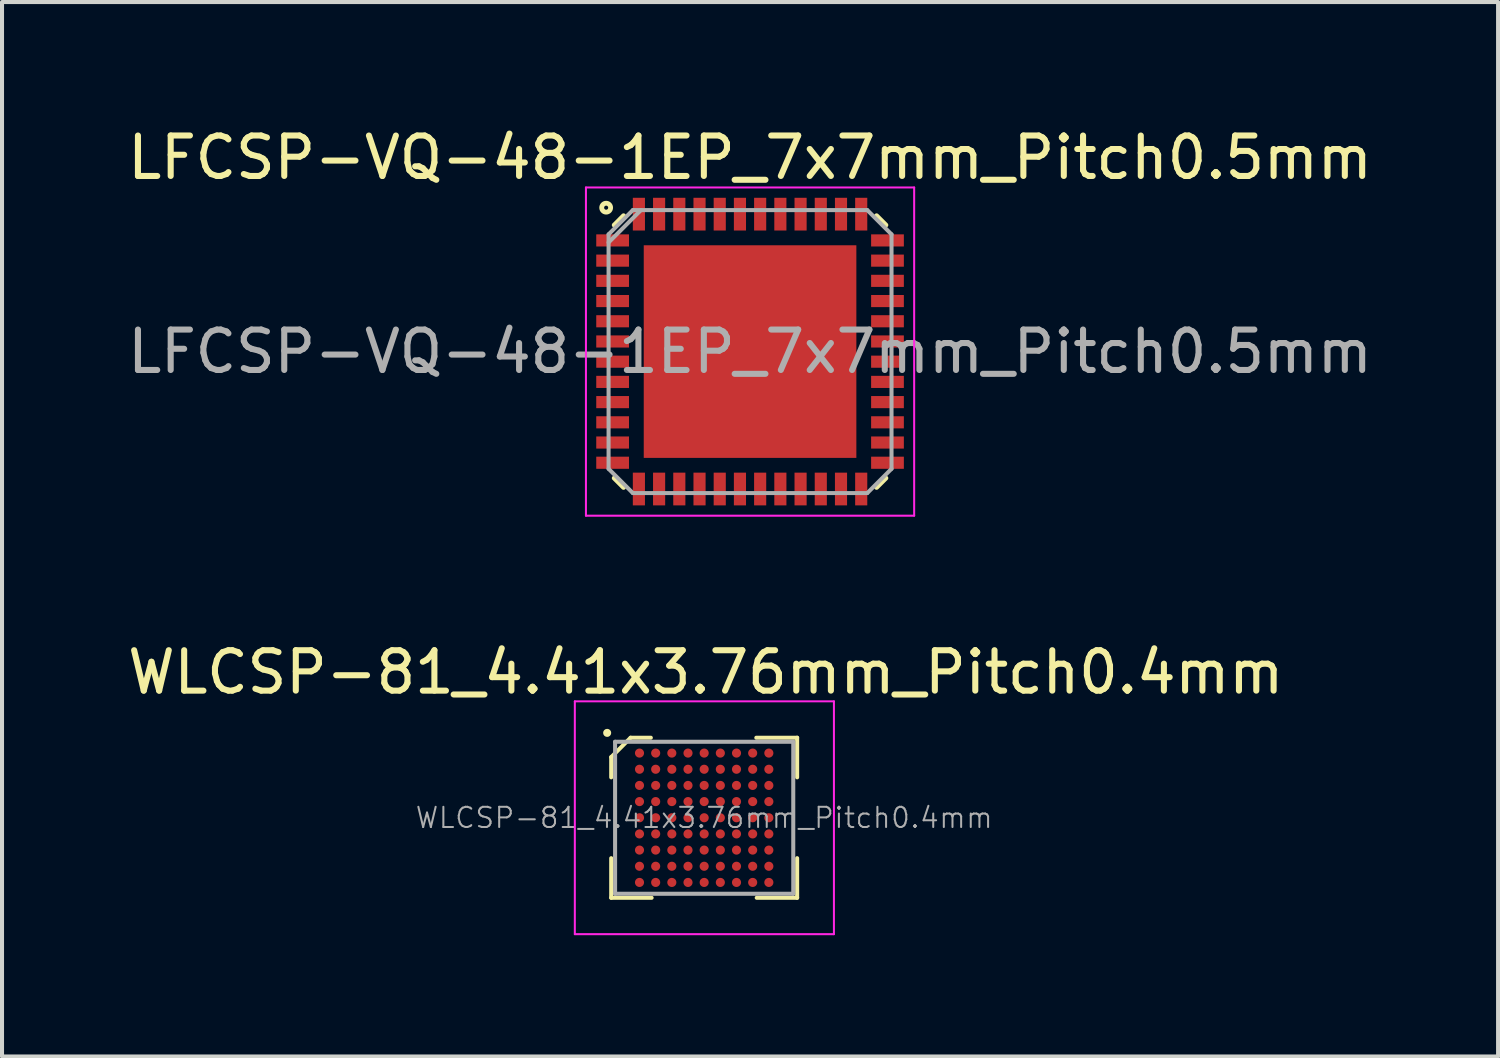
<source format=kicad_pcb>
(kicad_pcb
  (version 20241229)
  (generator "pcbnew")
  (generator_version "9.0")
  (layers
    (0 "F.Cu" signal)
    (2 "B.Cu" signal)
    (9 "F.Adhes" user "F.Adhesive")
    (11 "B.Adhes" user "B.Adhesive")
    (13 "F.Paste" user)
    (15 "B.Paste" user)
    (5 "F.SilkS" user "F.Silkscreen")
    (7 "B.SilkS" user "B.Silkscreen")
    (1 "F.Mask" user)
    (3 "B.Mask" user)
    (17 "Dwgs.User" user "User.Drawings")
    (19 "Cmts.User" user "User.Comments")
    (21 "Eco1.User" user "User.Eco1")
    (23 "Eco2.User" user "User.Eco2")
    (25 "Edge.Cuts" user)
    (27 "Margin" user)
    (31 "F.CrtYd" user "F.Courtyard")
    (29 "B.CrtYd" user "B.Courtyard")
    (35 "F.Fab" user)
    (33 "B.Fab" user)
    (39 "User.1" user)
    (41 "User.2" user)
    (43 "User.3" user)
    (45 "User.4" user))
  (footprint "WLCSP-81_4.41x3.76mm_Pitch0.4mm"
    (layer "F.Cu")
    (at 14.371 17.181)
    (property "Reference" "WLCSP-81_4.41x3.76mm_Pitch0.4mm" (at 0.04 -3.6 0) (layer "F.SilkS") (effects (font (size 1 1) (thickness 0.15))))
    (attr smd)
    (fp_line (start -2.3 -1.5) (end -2.3 -1) (stroke (width 0.1) (type solid)) (layer "F.SilkS"))
    (fp_line (start -2.3 1) (end -2.3 1.98) (stroke (width 0.1) (type solid)) (layer "F.SilkS"))
    (fp_line (start -2.3 1.98) (end -1.3 1.98) (stroke (width 0.1) (type solid)) (layer "F.SilkS"))
    (fp_line (start -1.82 -1.98) (end -2.3 -1.5) (stroke (width 0.1) (type solid)) (layer "F.SilkS"))
    (fp_line (start -1.32 -1.98) (end -1.82 -1.98) (stroke (width 0.1) (type solid)) (layer "F.SilkS"))
    (fp_line (start 1.29 -1.98) (end 2.3 -1.98) (stroke (width 0.1) (type solid)) (layer "F.SilkS"))
    (fp_line (start 2.3 -1.98) (end 2.3 -1) (stroke (width 0.1) (type solid)) (layer "F.SilkS"))
    (fp_line (start 2.3 1) (end 2.3 1.98) (stroke (width 0.1) (type solid)) (layer "F.SilkS"))
    (fp_line (start 2.3 1.98) (end 1.3 1.98) (stroke (width 0.1) (type solid)) (layer "F.SilkS"))
    (fp_circle (center -2.4 -2.1) (end -2.35 -2.1) (stroke (width 0.1) (type solid)) (fill no) (layer "F.SilkS"))
    (fp_line (start -3.2 -2.88) (end -3.2 2.88) (stroke (width 0.05) (type solid)) (layer "F.CrtYd"))
    (fp_line (start -3.2 -2.88) (end 3.21 -2.88) (stroke (width 0.05) (type solid)) (layer "F.CrtYd"))
    (fp_line (start -3.2 2.88) (end 3.21 2.88) (stroke (width 0.05) (type solid)) (layer "F.CrtYd"))
    (fp_line (start 3.21 2.88) (end 3.21 -2.88) (stroke (width 0.05) (type solid)) (layer "F.CrtYd"))
    (fp_line (start -2.204 -1.88) (end -2.204 1.88) (stroke (width 0.1) (type solid)) (layer "F.Fab"))
    (fp_line (start -2.204 -1.88) (end 2.204 -1.88) (stroke (width 0.1) (type solid)) (layer "F.Fab"))
    (fp_line (start -2.204 1.88) (end 2.204 1.88) (stroke (width 0.1) (type solid)) (layer "F.Fab"))
    (fp_line (start 2.204 -1.88) (end 2.204 1.88) (stroke (width 0.1) (type solid)) (layer "F.Fab"))
    (fp_text user "${REFERENCE}" (at 0 0 0) (layer "F.Fab") (effects (font (size 0.5 0.5) (thickness 0.05))))
    (pad "A1" smd circle (at -1.6 -1.6) (size 0.225 0.225) (layers "F.Cu" "F.Mask" "F.Paste"))
    (pad "A2" smd circle (at -1.2 -1.6) (size 0.225 0.225) (layers "F.Cu" "F.Mask" "F.Paste"))
    (pad "A3" smd circle (at -0.8 -1.6) (size 0.225 0.225) (layers "F.Cu" "F.Mask" "F.Paste"))
    (pad "A4" smd circle (at -0.4 -1.6) (size 0.225 0.225) (layers "F.Cu" "F.Mask" "F.Paste"))
    (pad "A5" smd circle (at 0 -1.6) (size 0.225 0.225) (layers "F.Cu" "F.Mask" "F.Paste"))
    (pad "A6" smd circle (at 0.4 -1.6) (size 0.225 0.225) (layers "F.Cu" "F.Mask" "F.Paste"))
    (pad "A7" smd circle (at 0.8 -1.6) (size 0.225 0.225) (layers "F.Cu" "F.Mask" "F.Paste"))
    (pad "A8" smd circle (at 1.2 -1.6) (size 0.225 0.225) (layers "F.Cu" "F.Mask" "F.Paste"))
    (pad "A9" smd circle (at 1.6 -1.6) (size 0.225 0.225) (layers "F.Cu" "F.Mask" "F.Paste"))
    (pad "B1" smd circle (at -1.6 -1.2) (size 0.225 0.225) (layers "F.Cu" "F.Mask" "F.Paste"))
    (pad "B2" smd circle (at -1.2 -1.2) (size 0.225 0.225) (layers "F.Cu" "F.Mask" "F.Paste"))
    (pad "B3" smd circle (at -0.8 -1.2) (size 0.225 0.225) (layers "F.Cu" "F.Mask" "F.Paste"))
    (pad "B4" smd circle (at -0.4 -1.2) (size 0.225 0.225) (layers "F.Cu" "F.Mask" "F.Paste"))
    (pad "B5" smd circle (at 0 -1.2) (size 0.225 0.225) (layers "F.Cu" "F.Mask" "F.Paste"))
    (pad "B6" smd circle (at 0.4 -1.2) (size 0.225 0.225) (layers "F.Cu" "F.Mask" "F.Paste"))
    (pad "B7" smd circle (at 0.8 -1.2) (size 0.225 0.225) (layers "F.Cu" "F.Mask" "F.Paste"))
    (pad "B8" smd circle (at 1.2 -1.2) (size 0.225 0.225) (layers "F.Cu" "F.Mask" "F.Paste"))
    (pad "B9" smd circle (at 1.6 -1.2) (size 0.225 0.225) (layers "F.Cu" "F.Mask" "F.Paste"))
    (pad "C1" smd circle (at -1.6 -0.8) (size 0.225 0.225) (layers "F.Cu" "F.Mask" "F.Paste"))
    (pad "C2" smd circle (at -1.2 -0.8) (size 0.225 0.225) (layers "F.Cu" "F.Mask" "F.Paste"))
    (pad "C3" smd circle (at -0.8 -0.8) (size 0.225 0.225) (layers "F.Cu" "F.Mask" "F.Paste"))
    (pad "C4" smd circle (at -0.4 -0.8) (size 0.225 0.225) (layers "F.Cu" "F.Mask" "F.Paste"))
    (pad "C5" smd circle (at 0 -0.8) (size 0.225 0.225) (layers "F.Cu" "F.Mask" "F.Paste"))
    (pad "C6" smd circle (at 0.4 -0.8) (size 0.225 0.225) (layers "F.Cu" "F.Mask" "F.Paste"))
    (pad "C7" smd circle (at 0.8 -0.8) (size 0.225 0.225) (layers "F.Cu" "F.Mask" "F.Paste"))
    (pad "C8" smd circle (at 1.2 -0.8) (size 0.225 0.225) (layers "F.Cu" "F.Mask" "F.Paste"))
    (pad "C9" smd circle (at 1.6 -0.8) (size 0.225 0.225) (layers "F.Cu" "F.Mask" "F.Paste"))
    (pad "D1" smd circle (at -1.6 -0.4) (size 0.225 0.225) (layers "F.Cu" "F.Mask" "F.Paste"))
    (pad "D2" smd circle (at -1.2 -0.4) (size 0.225 0.225) (layers "F.Cu" "F.Mask" "F.Paste"))
    (pad "D3" smd circle (at -0.8 -0.4) (size 0.225 0.225) (layers "F.Cu" "F.Mask" "F.Paste"))
    (pad "D4" smd circle (at -0.4 -0.4) (size 0.225 0.225) (layers "F.Cu" "F.Mask" "F.Paste"))
    (pad "D5" smd circle (at 0 -0.4) (size 0.225 0.225) (layers "F.Cu" "F.Mask" "F.Paste"))
    (pad "D6" smd circle (at 0.4 -0.4) (size 0.225 0.225) (layers "F.Cu" "F.Mask" "F.Paste"))
    (pad "D7" smd circle (at 0.8 -0.4) (size 0.225 0.225) (layers "F.Cu" "F.Mask" "F.Paste"))
    (pad "D8" smd circle (at 1.2 -0.4) (size 0.225 0.225) (layers "F.Cu" "F.Mask" "F.Paste"))
    (pad "D9" smd circle (at 1.6 -0.4) (size 0.225 0.225) (layers "F.Cu" "F.Mask" "F.Paste"))
    (pad "E1" smd circle (at -1.6 0) (size 0.225 0.225) (layers "F.Cu" "F.Mask" "F.Paste"))
    (pad "E2" smd circle (at -1.2 0) (size 0.225 0.225) (layers "F.Cu" "F.Mask" "F.Paste"))
    (pad "E3" smd circle (at -0.8 0) (size 0.225 0.225) (layers "F.Cu" "F.Mask" "F.Paste"))
    (pad "E4" smd circle (at -0.4 0) (size 0.225 0.225) (layers "F.Cu" "F.Mask" "F.Paste"))
    (pad "E5" smd circle (at 0 0) (size 0.225 0.225) (layers "F.Cu" "F.Mask" "F.Paste"))
    (pad "E6" smd circle (at 0.4 0) (size 0.225 0.225) (layers "F.Cu" "F.Mask" "F.Paste"))
    (pad "E7" smd circle (at 0.8 0) (size 0.225 0.225) (layers "F.Cu" "F.Mask" "F.Paste"))
    (pad "E8" smd circle (at 1.2 0) (size 0.225 0.225) (layers "F.Cu" "F.Mask" "F.Paste"))
    (pad "E9" smd circle (at 1.6 0) (size 0.225 0.225) (layers "F.Cu" "F.Mask" "F.Paste"))
    (pad "F1" smd circle (at -1.6 0.4) (size 0.225 0.225) (layers "F.Cu" "F.Mask" "F.Paste"))
    (pad "F2" smd circle (at -1.2 0.4) (size 0.225 0.225) (layers "F.Cu" "F.Mask" "F.Paste"))
    (pad "F3" smd circle (at -0.8 0.4) (size 0.225 0.225) (layers "F.Cu" "F.Mask" "F.Paste"))
    (pad "F4" smd circle (at -0.4 0.4) (size 0.225 0.225) (layers "F.Cu" "F.Mask" "F.Paste"))
    (pad "F5" smd circle (at 0 0.4) (size 0.225 0.225) (layers "F.Cu" "F.Mask" "F.Paste"))
    (pad "F6" smd circle (at 0.4 0.4) (size 0.225 0.225) (layers "F.Cu" "F.Mask" "F.Paste"))
    (pad "F7" smd circle (at 0.8 0.4) (size 0.225 0.225) (layers "F.Cu" "F.Mask" "F.Paste"))
    (pad "F8" smd circle (at 1.2 0.4) (size 0.225 0.225) (layers "F.Cu" "F.Mask" "F.Paste"))
    (pad "F9" smd circle (at 1.6 0.4) (size 0.225 0.225) (layers "F.Cu" "F.Mask" "F.Paste"))
    (pad "G1" smd circle (at -1.6 0.8) (size 0.225 0.225) (layers "F.Cu" "F.Mask" "F.Paste"))
    (pad "G2" smd circle (at -1.2 0.8) (size 0.225 0.225) (layers "F.Cu" "F.Mask" "F.Paste"))
    (pad "G3" smd circle (at -0.8 0.8) (size 0.225 0.225) (layers "F.Cu" "F.Mask" "F.Paste"))
    (pad "G4" smd circle (at -0.4 0.8) (size 0.225 0.225) (layers "F.Cu" "F.Mask" "F.Paste"))
    (pad "G5" smd circle (at 0 0.8) (size 0.225 0.225) (layers "F.Cu" "F.Mask" "F.Paste"))
    (pad "G6" smd circle (at 0.4 0.8) (size 0.225 0.225) (layers "F.Cu" "F.Mask" "F.Paste"))
    (pad "G7" smd circle (at 0.8 0.8) (size 0.225 0.225) (layers "F.Cu" "F.Mask" "F.Paste"))
    (pad "G8" smd circle (at 1.2 0.8) (size 0.225 0.225) (layers "F.Cu" "F.Mask" "F.Paste"))
    (pad "G9" smd circle (at 1.6 0.8) (size 0.225 0.225) (layers "F.Cu" "F.Mask" "F.Paste"))
    (pad "H1" smd circle (at -1.6 1.2) (size 0.225 0.225) (layers "F.Cu" "F.Mask" "F.Paste"))
    (pad "H2" smd circle (at -1.2 1.2) (size 0.225 0.225) (layers "F.Cu" "F.Mask" "F.Paste"))
    (pad "H3" smd circle (at -0.8 1.2) (size 0.225 0.225) (layers "F.Cu" "F.Mask" "F.Paste"))
    (pad "H4" smd circle (at -0.4 1.2) (size 0.225 0.225) (layers "F.Cu" "F.Mask" "F.Paste"))
    (pad "H5" smd circle (at 0 1.2) (size 0.225 0.225) (layers "F.Cu" "F.Mask" "F.Paste"))
    (pad "H6" smd circle (at 0.4 1.2) (size 0.225 0.225) (layers "F.Cu" "F.Mask" "F.Paste"))
    (pad "H7" smd circle (at 0.8 1.2) (size 0.225 0.225) (layers "F.Cu" "F.Mask" "F.Paste"))
    (pad "H8" smd circle (at 1.2 1.2) (size 0.225 0.225) (layers "F.Cu" "F.Mask" "F.Paste"))
    (pad "H9" smd circle (at 1.6 1.2) (size 0.225 0.225) (layers "F.Cu" "F.Mask" "F.Paste"))
    (pad "J1" smd circle (at -1.6 1.6) (size 0.225 0.225) (layers "F.Cu" "F.Mask" "F.Paste"))
    (pad "J2" smd circle (at -1.2 1.6) (size 0.225 0.225) (layers "F.Cu" "F.Mask" "F.Paste"))
    (pad "J3" smd circle (at -0.8 1.6) (size 0.225 0.225) (layers "F.Cu" "F.Mask" "F.Paste"))
    (pad "J4" smd circle (at -0.4 1.6) (size 0.225 0.225) (layers "F.Cu" "F.Mask" "F.Paste"))
    (pad "J5" smd circle (at 0 1.6) (size 0.225 0.225) (layers "F.Cu" "F.Mask" "F.Paste"))
    (pad "J6" smd circle (at 0.4 1.6) (size 0.225 0.225) (layers "F.Cu" "F.Mask" "F.Paste"))
    (pad "J7" smd circle (at 0.8 1.6) (size 0.225 0.225) (layers "F.Cu" "F.Mask" "F.Paste"))
    (pad "J8" smd circle (at 1.2 1.6) (size 0.225 0.225) (layers "F.Cu" "F.Mask" "F.Paste"))
    (pad "J9" smd circle (at 1.6 1.6) (size 0.225 0.225) (layers "F.Cu" "F.Mask" "F.Paste")))
  (footprint "LFCSP-VQ-48-1EP_7x7mm_Pitch0.5mm"
    (layer "F.Cu")
    (at 15.506 5.648)
    (property "Reference" "LFCSP-VQ-48-1EP_7x7mm_Pitch0.5mm" (at 0 -4.8 0) (layer "F.SilkS") (effects (font (size 1 1) (thickness 0.15))))
    (attr smd)
    (fp_line (start -3.13 -3.36) (end -3.36 -3.13) (stroke (width 0.12) (type solid)) (layer "F.SilkS"))
    (fp_line (start -3.13 3.36) (end -3.36 3.13) (stroke (width 0.12) (type solid)) (layer "F.SilkS"))
    (fp_line (start 3.13 -3.36) (end 3.36 -3.13) (stroke (width 0.12) (type solid)) (layer "F.SilkS"))
    (fp_line (start 3.13 3.36) (end 3.36 3.13) (stroke (width 0.12) (type solid)) (layer "F.SilkS"))
    (fp_circle (center -3.56 -3.56) (end -3.51 -3.56) (stroke (width 0.12) (type solid)) (fill no) (layer "F.SilkS"))
    (fp_line (start -4.06 -4.06) (end 4.06 -4.06) (stroke (width 0.05) (type solid)) (layer "F.CrtYd"))
    (fp_line (start -4.06 4.06) (end -4.06 -4.06) (stroke (width 0.05) (type solid)) (layer "F.CrtYd"))
    (fp_line (start 4.06 -4.06) (end 4.06 4.06) (stroke (width 0.05) (type solid)) (layer "F.CrtYd"))
    (fp_line (start 4.06 4.06) (end -4.06 4.06) (stroke (width 0.05) (type solid)) (layer "F.CrtYd"))
    (fp_line (start -3.5 -2.9) (end -2.9 -3.5) (stroke (width 0.1) (type solid)) (layer "F.Fab"))
    (fp_line (start -3.5 -2.7) (end -2.7 -3.5) (stroke (width 0.1) (type solid)) (layer "F.Fab"))
    (fp_line (start -3.5 2.9) (end -3.5 -2.9) (stroke (width 0.1) (type solid)) (layer "F.Fab"))
    (fp_line (start -2.9 -3.5) (end 2.9 -3.5) (stroke (width 0.1) (type solid)) (layer "F.Fab"))
    (fp_line (start -2.9 3.5) (end -3.5 2.9) (stroke (width 0.1) (type solid)) (layer "F.Fab"))
    (fp_line (start 2.9 -3.5) (end 3.5 -2.9) (stroke (width 0.1) (type solid)) (layer "F.Fab"))
    (fp_line (start 2.9 3.5) (end -2.9 3.5) (stroke (width 0.1) (type solid)) (layer "F.Fab"))
    (fp_line (start 2.9 3.5) (end 3.5 2.9) (stroke (width 0.1) (type solid)) (layer "F.Fab"))
    (fp_line (start 3.5 -2.9) (end 3.5 2.9) (stroke (width 0.1) (type solid)) (layer "F.Fab"))
    (fp_text user "${REFERENCE}" (at 0 0 0) (layer "F.Fab") (effects (font (size 1 1) (thickness 0.15))))
    (pad "1" smd rect (at -3.4 -2.75) (size 0.81 0.3) (layers "F.Cu" "F.Mask" "F.Paste"))
    (pad "2" smd rect (at -3.4 -2.25) (size 0.81 0.3) (layers "F.Cu" "F.Mask" "F.Paste"))
    (pad "3" smd rect (at -3.4 -1.75) (size 0.81 0.3) (layers "F.Cu" "F.Mask" "F.Paste"))
    (pad "4" smd rect (at -3.4 -1.25) (size 0.81 0.3) (layers "F.Cu" "F.Mask" "F.Paste"))
    (pad "5" smd rect (at -3.4 -0.75) (size 0.81 0.3) (layers "F.Cu" "F.Mask" "F.Paste"))
    (pad "6" smd rect (at -3.4 -0.25) (size 0.81 0.3) (layers "F.Cu" "F.Mask" "F.Paste"))
    (pad "7" smd rect (at -3.4 0.25) (size 0.81 0.3) (layers "F.Cu" "F.Mask" "F.Paste"))
    (pad "8" smd rect (at -3.4 0.75) (size 0.81 0.3) (layers "F.Cu" "F.Mask" "F.Paste"))
    (pad "9" smd rect (at -3.4 1.25) (size 0.81 0.3) (layers "F.Cu" "F.Mask" "F.Paste"))
    (pad "10" smd rect (at -3.4 1.75) (size 0.81 0.3) (layers "F.Cu" "F.Mask" "F.Paste"))
    (pad "11" smd rect (at -3.4 2.25) (size 0.81 0.3) (layers "F.Cu" "F.Mask" "F.Paste"))
    (pad "12" smd rect (at -3.4 2.75) (size 0.81 0.3) (layers "F.Cu" "F.Mask" "F.Paste"))
    (pad "13" smd rect (at -2.75 3.4) (size 0.3 0.81) (layers "F.Cu" "F.Mask" "F.Paste"))
    (pad "14" smd rect (at -2.25 3.4) (size 0.3 0.81) (layers "F.Cu" "F.Mask" "F.Paste"))
    (pad "15" smd rect (at -1.75 3.4) (size 0.3 0.81) (layers "F.Cu" "F.Mask" "F.Paste"))
    (pad "16" smd rect (at -1.25 3.4) (size 0.3 0.81) (layers "F.Cu" "F.Mask" "F.Paste"))
    (pad "17" smd rect (at -0.75 3.4) (size 0.3 0.81) (layers "F.Cu" "F.Mask" "F.Paste"))
    (pad "18" smd rect (at -0.25 3.4) (size 0.3 0.81) (layers "F.Cu" "F.Mask" "F.Paste"))
    (pad "19" smd rect (at 0.25 3.4) (size 0.3 0.81) (layers "F.Cu" "F.Mask" "F.Paste"))
    (pad "20" smd rect (at 0.75 3.4) (size 0.3 0.81) (layers "F.Cu" "F.Mask" "F.Paste"))
    (pad "21" smd rect (at 1.25 3.4) (size 0.3 0.81) (layers "F.Cu" "F.Mask" "F.Paste"))
    (pad "22" smd rect (at 1.75 3.4) (size 0.3 0.81) (layers "F.Cu" "F.Mask" "F.Paste"))
    (pad "23" smd rect (at 2.25 3.4) (size 0.3 0.81) (layers "F.Cu" "F.Mask" "F.Paste"))
    (pad "24" smd rect (at 2.75 3.4) (size 0.3 0.81) (layers "F.Cu" "F.Mask" "F.Paste"))
    (pad "25" smd rect (at 3.4 2.75) (size 0.81 0.3) (layers "F.Cu" "F.Mask" "F.Paste"))
    (pad "26" smd rect (at 3.4 2.25) (size 0.81 0.3) (layers "F.Cu" "F.Mask" "F.Paste"))
    (pad "27" smd rect (at 3.4 1.75) (size 0.81 0.3) (layers "F.Cu" "F.Mask" "F.Paste"))
    (pad "28" smd rect (at 3.4 1.25) (size 0.81 0.3) (layers "F.Cu" "F.Mask" "F.Paste"))
    (pad "29" smd rect (at 3.4 0.75) (size 0.81 0.3) (layers "F.Cu" "F.Mask" "F.Paste"))
    (pad "30" smd rect (at 3.4 0.25) (size 0.81 0.3) (layers "F.Cu" "F.Mask" "F.Paste"))
    (pad "31" smd rect (at 3.4 -0.25) (size 0.81 0.3) (layers "F.Cu" "F.Mask" "F.Paste"))
    (pad "32" smd rect (at 3.4 -0.75) (size 0.81 0.3) (layers "F.Cu" "F.Mask" "F.Paste"))
    (pad "33" smd rect (at 3.4 -1.25) (size 0.81 0.3) (layers "F.Cu" "F.Mask" "F.Paste"))
    (pad "34" smd rect (at 3.4 -1.75) (size 0.81 0.3) (layers "F.Cu" "F.Mask" "F.Paste"))
    (pad "35" smd rect (at 3.4 -2.25) (size 0.81 0.3) (layers "F.Cu" "F.Mask" "F.Paste"))
    (pad "36" smd rect (at 3.4 -2.75) (size 0.81 0.3) (layers "F.Cu" "F.Mask" "F.Paste"))
    (pad "37" smd rect (at 2.75 -3.4) (size 0.3 0.81) (layers "F.Cu" "F.Mask" "F.Paste"))
    (pad "38" smd rect (at 2.25 -3.4) (size 0.3 0.81) (layers "F.Cu" "F.Mask" "F.Paste"))
    (pad "39" smd rect (at 1.75 -3.4) (size 0.3 0.81) (layers "F.Cu" "F.Mask" "F.Paste"))
    (pad "40" smd rect (at 1.25 -3.4) (size 0.3 0.81) (layers "F.Cu" "F.Mask" "F.Paste"))
    (pad "41" smd rect (at 0.75 -3.4) (size 0.3 0.81) (layers "F.Cu" "F.Mask" "F.Paste"))
    (pad "42" smd rect (at 0.25 -3.4) (size 0.3 0.81) (layers "F.Cu" "F.Mask" "F.Paste"))
    (pad "43" smd rect (at -0.25 -3.4) (size 0.3 0.81) (layers "F.Cu" "F.Mask" "F.Paste"))
    (pad "44" smd rect (at -0.75 -3.4) (size 0.3 0.81) (layers "F.Cu" "F.Mask" "F.Paste"))
    (pad "45" smd rect (at -1.25 -3.4) (size 0.3 0.81) (layers "F.Cu" "F.Mask" "F.Paste"))
    (pad "46" smd rect (at -1.75 -3.4) (size 0.3 0.81) (layers "F.Cu" "F.Mask" "F.Paste"))
    (pad "47" smd rect (at -2.25 -3.4) (size 0.3 0.81) (layers "F.Cu" "F.Mask" "F.Paste"))
    (pad "48" smd rect (at -2.75 -3.4) (size 0.3 0.81) (layers "F.Cu" "F.Mask" "F.Paste"))
    (pad "49" smd rect (at 0 0) (size 5.26 5.26) (layers "F.Cu" "F.Mask" "F.Paste")))
  (gr_rect
    (start -3 -3)
    (end 34.012 23.087)
    (stroke (width 0.1) (type default))
    (fill no)
    (layer "Edge.Cuts")))
</source>
